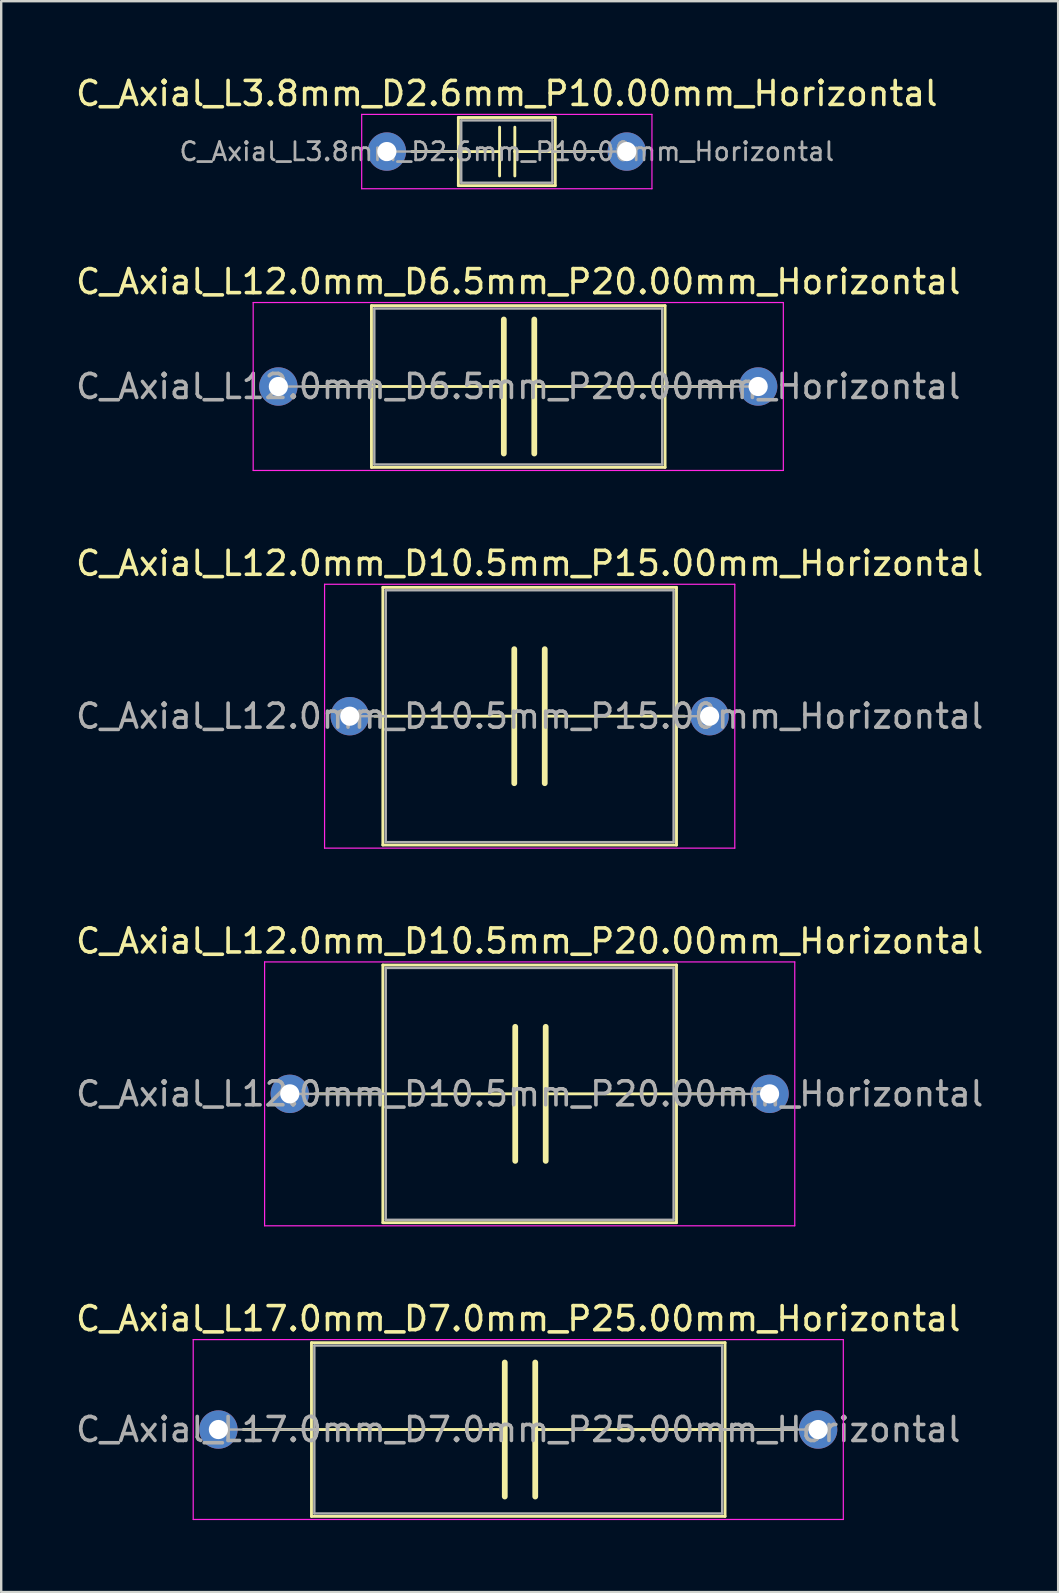
<source format=kicad_pcb>
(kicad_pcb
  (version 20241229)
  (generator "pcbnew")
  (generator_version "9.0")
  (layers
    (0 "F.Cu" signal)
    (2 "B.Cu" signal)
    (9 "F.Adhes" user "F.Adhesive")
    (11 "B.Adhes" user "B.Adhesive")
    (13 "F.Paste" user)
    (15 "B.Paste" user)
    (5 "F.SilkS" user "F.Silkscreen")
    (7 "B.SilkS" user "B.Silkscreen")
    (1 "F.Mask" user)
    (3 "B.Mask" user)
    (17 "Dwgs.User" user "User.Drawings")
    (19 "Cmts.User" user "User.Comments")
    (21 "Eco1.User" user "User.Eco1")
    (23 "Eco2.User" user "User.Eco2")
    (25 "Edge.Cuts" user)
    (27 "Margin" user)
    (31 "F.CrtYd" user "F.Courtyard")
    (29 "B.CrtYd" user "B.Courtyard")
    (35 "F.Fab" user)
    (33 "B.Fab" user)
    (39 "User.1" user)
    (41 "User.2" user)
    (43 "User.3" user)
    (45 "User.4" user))
  (footprint "C_Axial_L12.0mm_D6.5mm_P20.00mm_Horizontal"
    (layer "F.Cu")
    (at 8.554 13.062)
    (property "Reference" "C_Axial_L12.0mm_D6.5mm_P20.00mm_Horizontal" (at 10 -4.37 0) (layer "F.SilkS") (effects (font (size 1 1) (thickness 0.15))))
    (attr through_hole)
    (fp_line (start 1.04 0) (end 3.88 0) (stroke (width 0.12) (type solid)) (layer "F.SilkS"))
    (fp_line (start 3.88 -3.37) (end 3.88 3.37) (stroke (width 0.12) (type solid)) (layer "F.SilkS"))
    (fp_line (start 3.88 0) (end 9.398 0) (stroke (width 0.12) (type solid)) (layer "F.SilkS"))
    (fp_line (start 3.88 3.37) (end 16.12 3.37) (stroke (width 0.12) (type solid)) (layer "F.SilkS"))
    (fp_line (start 9.398 -2.794) (end 9.398 2.794) (stroke (width 0.24) (type solid)) (layer "F.SilkS"))
    (fp_line (start 10.668 2.794) (end 10.668 -2.794) (stroke (width 0.24) (type solid)) (layer "F.SilkS"))
    (fp_line (start 16.12 -3.37) (end 3.88 -3.37) (stroke (width 0.12) (type solid)) (layer "F.SilkS"))
    (fp_line (start 16.12 0) (end 10.668 0) (stroke (width 0.12) (type solid)) (layer "F.SilkS"))
    (fp_line (start 16.12 3.37) (end 16.12 -3.37) (stroke (width 0.12) (type solid)) (layer "F.SilkS"))
    (fp_line (start 18.96 0) (end 16.12 0) (stroke (width 0.12) (type solid)) (layer "F.SilkS"))
    (fp_line (start -1.05 -3.5) (end -1.05 3.5) (stroke (width 0.05) (type solid)) (layer "F.CrtYd"))
    (fp_line (start -1.05 3.5) (end 21.05 3.5) (stroke (width 0.05) (type solid)) (layer "F.CrtYd"))
    (fp_line (start 21.05 -3.5) (end -1.05 -3.5) (stroke (width 0.05) (type solid)) (layer "F.CrtYd"))
    (fp_line (start 21.05 3.5) (end 21.05 -3.5) (stroke (width 0.05) (type solid)) (layer "F.CrtYd"))
    (fp_line (start 0 0) (end 4 0) (stroke (width 0.1) (type solid)) (layer "F.Fab"))
    (fp_line (start 4 -3.25) (end 4 3.25) (stroke (width 0.1) (type solid)) (layer "F.Fab"))
    (fp_line (start 4 3.25) (end 16 3.25) (stroke (width 0.1) (type solid)) (layer "F.Fab"))
    (fp_line (start 16 -3.25) (end 4 -3.25) (stroke (width 0.1) (type solid)) (layer "F.Fab"))
    (fp_line (start 16 3.25) (end 16 -3.25) (stroke (width 0.1) (type solid)) (layer "F.Fab"))
    (fp_line (start 20 0) (end 16 0) (stroke (width 0.1) (type solid)) (layer "F.Fab"))
    (fp_text user "${REFERENCE}" (at 10 0 0) (layer "F.Fab") (effects (font (size 1 1) (thickness 0.15))))
    (pad "1" thru_hole circle (at 0 0) (size 1.6 1.6) (drill 0.8) (layers "*.Cu" "*.Mask"))
    (pad "2" thru_hole oval (at 20 0) (size 1.6 1.6) (drill 0.8) (layers "*.Cu" "*.Mask")))
  (footprint "C_Axial_L17.0mm_D7.0mm_P25.00mm_Horizontal"
    (layer "F.Cu")
    (at 6.054 56.541)
    (property "Reference" "C_Axial_L17.0mm_D7.0mm_P25.00mm_Horizontal" (at 12.5 -4.62 0) (layer "F.SilkS") (effects (font (size 1 1) (thickness 0.15))))
    (attr through_hole)
    (fp_line (start 1.04 0) (end 3.88 0) (stroke (width 0.12) (type solid)) (layer "F.SilkS"))
    (fp_line (start 3.88 -3.62) (end 3.88 3.62) (stroke (width 0.12) (type solid)) (layer "F.SilkS"))
    (fp_line (start 3.88 0) (end 11.938 0) (stroke (width 0.12) (type solid)) (layer "F.SilkS"))
    (fp_line (start 3.88 3.62) (end 21.12 3.62) (stroke (width 0.12) (type solid)) (layer "F.SilkS"))
    (fp_line (start 11.938 -2.794) (end 11.938 2.794) (stroke (width 0.24) (type solid)) (layer "F.SilkS"))
    (fp_line (start 13.208 2.794) (end 13.208 -2.794) (stroke (width 0.24) (type solid)) (layer "F.SilkS"))
    (fp_line (start 21.12 -3.62) (end 3.88 -3.62) (stroke (width 0.12) (type solid)) (layer "F.SilkS"))
    (fp_line (start 21.12 0) (end 13.208 0) (stroke (width 0.12) (type solid)) (layer "F.SilkS"))
    (fp_line (start 21.12 3.62) (end 21.12 -3.62) (stroke (width 0.12) (type solid)) (layer "F.SilkS"))
    (fp_line (start 23.96 0) (end 21.12 0) (stroke (width 0.12) (type solid)) (layer "F.SilkS"))
    (fp_line (start -1.05 -3.75) (end -1.05 3.75) (stroke (width 0.05) (type solid)) (layer "F.CrtYd"))
    (fp_line (start -1.05 3.75) (end 26.05 3.75) (stroke (width 0.05) (type solid)) (layer "F.CrtYd"))
    (fp_line (start 26.05 -3.75) (end -1.05 -3.75) (stroke (width 0.05) (type solid)) (layer "F.CrtYd"))
    (fp_line (start 26.05 3.75) (end 26.05 -3.75) (stroke (width 0.05) (type solid)) (layer "F.CrtYd"))
    (fp_line (start 0 0) (end 4 0) (stroke (width 0.1) (type solid)) (layer "F.Fab"))
    (fp_line (start 4 -3.5) (end 4 3.5) (stroke (width 0.1) (type solid)) (layer "F.Fab"))
    (fp_line (start 4 3.5) (end 21 3.5) (stroke (width 0.1) (type solid)) (layer "F.Fab"))
    (fp_line (start 21 -3.5) (end 4 -3.5) (stroke (width 0.1) (type solid)) (layer "F.Fab"))
    (fp_line (start 21 3.5) (end 21 -3.5) (stroke (width 0.1) (type solid)) (layer "F.Fab"))
    (fp_line (start 25 0) (end 21 0) (stroke (width 0.1) (type solid)) (layer "F.Fab"))
    (fp_text user "${REFERENCE}" (at 12.5 0 0) (layer "F.Fab") (effects (font (size 1 1) (thickness 0.15))))
    (pad "1" thru_hole circle (at 0 0) (size 1.6 1.6) (drill 0.8) (layers "*.Cu" "*.Mask"))
    (pad "2" thru_hole oval (at 25 0) (size 1.6 1.6) (drill 0.8) (layers "*.Cu" "*.Mask")))
  (footprint "C_Axial_L3.8mm_D2.6mm_P10.00mm_Horizontal"
    (layer "F.Cu")
    (at 13.077 3.268)
    (property "Reference" "C_Axial_L3.8mm_D2.6mm_P10.00mm_Horizontal" (at 5 -2.42 0) (layer "F.SilkS") (effects (font (size 1 1) (thickness 0.15))))
    (attr through_hole)
    (fp_line (start 1.04 0) (end 2.98 0) (stroke (width 0.12) (type solid)) (layer "F.SilkS"))
    (fp_line (start 2.98 -1.42) (end 2.98 1.42) (stroke (width 0.12) (type solid)) (layer "F.SilkS"))
    (fp_line (start 2.98 0) (end 4.699 0) (stroke (width 0.12) (type solid)) (layer "F.SilkS"))
    (fp_line (start 2.98 1.42) (end 7.02 1.42) (stroke (width 0.12) (type solid)) (layer "F.SilkS"))
    (fp_line (start 4.699 0) (end 4.699 -1.016) (stroke (width 0.12) (type solid)) (layer "F.SilkS"))
    (fp_line (start 4.699 0) (end 4.699 1.016) (stroke (width 0.12) (type solid)) (layer "F.SilkS"))
    (fp_line (start 5.334 0) (end 5.334 -1.016) (stroke (width 0.12) (type solid)) (layer "F.SilkS"))
    (fp_line (start 5.334 0) (end 5.334 1.016) (stroke (width 0.12) (type solid)) (layer "F.SilkS"))
    (fp_line (start 7.02 -1.42) (end 2.98 -1.42) (stroke (width 0.12) (type solid)) (layer "F.SilkS"))
    (fp_line (start 7.02 0) (end 5.334 0) (stroke (width 0.12) (type solid)) (layer "F.SilkS"))
    (fp_line (start 7.02 1.42) (end 7.02 -1.42) (stroke (width 0.12) (type solid)) (layer "F.SilkS"))
    (fp_line (start 8.96 0) (end 7.02 0) (stroke (width 0.12) (type solid)) (layer "F.SilkS"))
    (fp_line (start -1.05 -1.55) (end -1.05 1.55) (stroke (width 0.05) (type solid)) (layer "F.CrtYd"))
    (fp_line (start -1.05 1.55) (end 11.05 1.55) (stroke (width 0.05) (type solid)) (layer "F.CrtYd"))
    (fp_line (start 11.05 -1.55) (end -1.05 -1.55) (stroke (width 0.05) (type solid)) (layer "F.CrtYd"))
    (fp_line (start 11.05 1.55) (end 11.05 -1.55) (stroke (width 0.05) (type solid)) (layer "F.CrtYd"))
    (fp_line (start 0 0) (end 3.1 0) (stroke (width 0.1) (type solid)) (layer "F.Fab"))
    (fp_line (start 3.1 -1.3) (end 3.1 1.3) (stroke (width 0.1) (type solid)) (layer "F.Fab"))
    (fp_line (start 3.1 1.3) (end 6.9 1.3) (stroke (width 0.1) (type solid)) (layer "F.Fab"))
    (fp_line (start 6.9 -1.3) (end 3.1 -1.3) (stroke (width 0.1) (type solid)) (layer "F.Fab"))
    (fp_line (start 6.9 1.3) (end 6.9 -1.3) (stroke (width 0.1) (type solid)) (layer "F.Fab"))
    (fp_line (start 10 0) (end 6.9 0) (stroke (width 0.1) (type solid)) (layer "F.Fab"))
    (fp_text user "${REFERENCE}" (at 5 0 0) (layer "F.Fab") (effects (font (size 0.76 0.76) (thickness 0.114))))
    (pad "1" thru_hole circle (at 0 0) (size 1.6 1.6) (drill 0.8) (layers "*.Cu" "*.Mask"))
    (pad "2" thru_hole oval (at 10 0) (size 1.6 1.6) (drill 0.8) (layers "*.Cu" "*.Mask")))
  (footprint "C_Axial_L12.0mm_D10.5mm_P15.00mm_Horizontal"
    (layer "F.Cu")
    (at 11.53 26.805)
    (property "Reference" "C_Axial_L12.0mm_D10.5mm_P15.00mm_Horizontal" (at 7.5 -6.37 0) (layer "F.SilkS") (effects (font (size 1 1) (thickness 0.15))))
    (attr through_hole)
    (fp_line (start 1.04 0) (end 1.38 0) (stroke (width 0.12) (type solid)) (layer "F.SilkS"))
    (fp_line (start 1.38 -5.37) (end 1.38 5.37) (stroke (width 0.12) (type solid)) (layer "F.SilkS"))
    (fp_line (start 1.38 0) (end 6.858 0) (stroke (width 0.12) (type solid)) (layer "F.SilkS"))
    (fp_line (start 1.38 5.37) (end 13.62 5.37) (stroke (width 0.12) (type solid)) (layer "F.SilkS"))
    (fp_line (start 6.858 -2.794) (end 6.858 2.794) (stroke (width 0.24) (type solid)) (layer "F.SilkS"))
    (fp_line (start 8.128 2.794) (end 8.128 -2.794) (stroke (width 0.24) (type solid)) (layer "F.SilkS"))
    (fp_line (start 13.62 -5.37) (end 1.38 -5.37) (stroke (width 0.12) (type solid)) (layer "F.SilkS"))
    (fp_line (start 13.62 0) (end 8.128 0) (stroke (width 0.12) (type solid)) (layer "F.SilkS"))
    (fp_line (start 13.62 5.37) (end 13.62 -5.37) (stroke (width 0.12) (type solid)) (layer "F.SilkS"))
    (fp_line (start 13.96 0) (end 13.62 0) (stroke (width 0.12) (type solid)) (layer "F.SilkS"))
    (fp_line (start -1.05 -5.5) (end -1.05 5.5) (stroke (width 0.05) (type solid)) (layer "F.CrtYd"))
    (fp_line (start -1.05 5.5) (end 16.05 5.5) (stroke (width 0.05) (type solid)) (layer "F.CrtYd"))
    (fp_line (start 16.05 -5.5) (end -1.05 -5.5) (stroke (width 0.05) (type solid)) (layer "F.CrtYd"))
    (fp_line (start 16.05 5.5) (end 16.05 -5.5) (stroke (width 0.05) (type solid)) (layer "F.CrtYd"))
    (fp_line (start 0 0) (end 1.5 0) (stroke (width 0.1) (type solid)) (layer "F.Fab"))
    (fp_line (start 1.5 -5.25) (end 1.5 5.25) (stroke (width 0.1) (type solid)) (layer "F.Fab"))
    (fp_line (start 1.5 5.25) (end 13.5 5.25) (stroke (width 0.1) (type solid)) (layer "F.Fab"))
    (fp_line (start 13.5 -5.25) (end 1.5 -5.25) (stroke (width 0.1) (type solid)) (layer "F.Fab"))
    (fp_line (start 13.5 5.25) (end 13.5 -5.25) (stroke (width 0.1) (type solid)) (layer "F.Fab"))
    (fp_line (start 15 0) (end 13.5 0) (stroke (width 0.1) (type solid)) (layer "F.Fab"))
    (fp_text user "${REFERENCE}" (at 7.5 0 0) (layer "F.Fab") (effects (font (size 1 1) (thickness 0.15))))
    (pad "1" thru_hole circle (at 0 0) (size 1.6 1.6) (drill 0.8) (layers "*.Cu" "*.Mask"))
    (pad "2" thru_hole oval (at 15 0) (size 1.6 1.6) (drill 0.8) (layers "*.Cu" "*.Mask")))
  (footprint "C_Axial_L12.0mm_D10.5mm_P20.00mm_Horizontal"
    (layer "F.Cu")
    (at 9.03 42.548)
    (property "Reference" "C_Axial_L12.0mm_D10.5mm_P20.00mm_Horizontal" (at 10 -6.37 0) (layer "F.SilkS") (effects (font (size 1 1) (thickness 0.15))))
    (attr through_hole)
    (fp_line (start 1.04 0) (end 3.88 0) (stroke (width 0.12) (type solid)) (layer "F.SilkS"))
    (fp_line (start 3.88 -5.37) (end 3.88 5.37) (stroke (width 0.12) (type solid)) (layer "F.SilkS"))
    (fp_line (start 3.88 0) (end 9.398 0) (stroke (width 0.12) (type solid)) (layer "F.SilkS"))
    (fp_line (start 3.88 5.37) (end 16.12 5.37) (stroke (width 0.12) (type solid)) (layer "F.SilkS"))
    (fp_line (start 9.398 -2.794) (end 9.398 2.794) (stroke (width 0.24) (type solid)) (layer "F.SilkS"))
    (fp_line (start 10.668 2.794) (end 10.668 -2.794) (stroke (width 0.24) (type solid)) (layer "F.SilkS"))
    (fp_line (start 16.12 -5.37) (end 3.88 -5.37) (stroke (width 0.12) (type solid)) (layer "F.SilkS"))
    (fp_line (start 16.12 5.37) (end 16.12 -5.37) (stroke (width 0.12) (type solid)) (layer "F.SilkS"))
    (fp_line (start 16.129 0) (end 10.668 0) (stroke (width 0.12) (type solid)) (layer "F.SilkS"))
    (fp_line (start 18.96 0) (end 16.12 0) (stroke (width 0.12) (type solid)) (layer "F.SilkS"))
    (fp_line (start -1.05 -5.5) (end -1.05 5.5) (stroke (width 0.05) (type solid)) (layer "F.CrtYd"))
    (fp_line (start -1.05 5.5) (end 21.05 5.5) (stroke (width 0.05) (type solid)) (layer "F.CrtYd"))
    (fp_line (start 21.05 -5.5) (end -1.05 -5.5) (stroke (width 0.05) (type solid)) (layer "F.CrtYd"))
    (fp_line (start 21.05 5.5) (end 21.05 -5.5) (stroke (width 0.05) (type solid)) (layer "F.CrtYd"))
    (fp_line (start 0 0) (end 4 0) (stroke (width 0.1) (type solid)) (layer "F.Fab"))
    (fp_line (start 4 -5.25) (end 4 5.25) (stroke (width 0.1) (type solid)) (layer "F.Fab"))
    (fp_line (start 4 5.25) (end 16 5.25) (stroke (width 0.1) (type solid)) (layer "F.Fab"))
    (fp_line (start 16 -5.25) (end 4 -5.25) (stroke (width 0.1) (type solid)) (layer "F.Fab"))
    (fp_line (start 16 5.25) (end 16 -5.25) (stroke (width 0.1) (type solid)) (layer "F.Fab"))
    (fp_line (start 20 0) (end 16 0) (stroke (width 0.1) (type solid)) (layer "F.Fab"))
    (fp_text user "${REFERENCE}" (at 10 0 0) (layer "F.Fab") (effects (font (size 1 1) (thickness 0.15))))
    (pad "1" thru_hole circle (at 0 0) (size 1.6 1.6) (drill 0.8) (layers "*.Cu" "*.Mask"))
    (pad "2" thru_hole oval (at 20 0) (size 1.6 1.6) (drill 0.8) (layers "*.Cu" "*.Mask")))
  (gr_rect
    (start -3 -3)
    (end 41.06 63.316)
    (stroke (width 0.1) (type default))
    (fill no)
    (layer "Edge.Cuts")))
</source>
